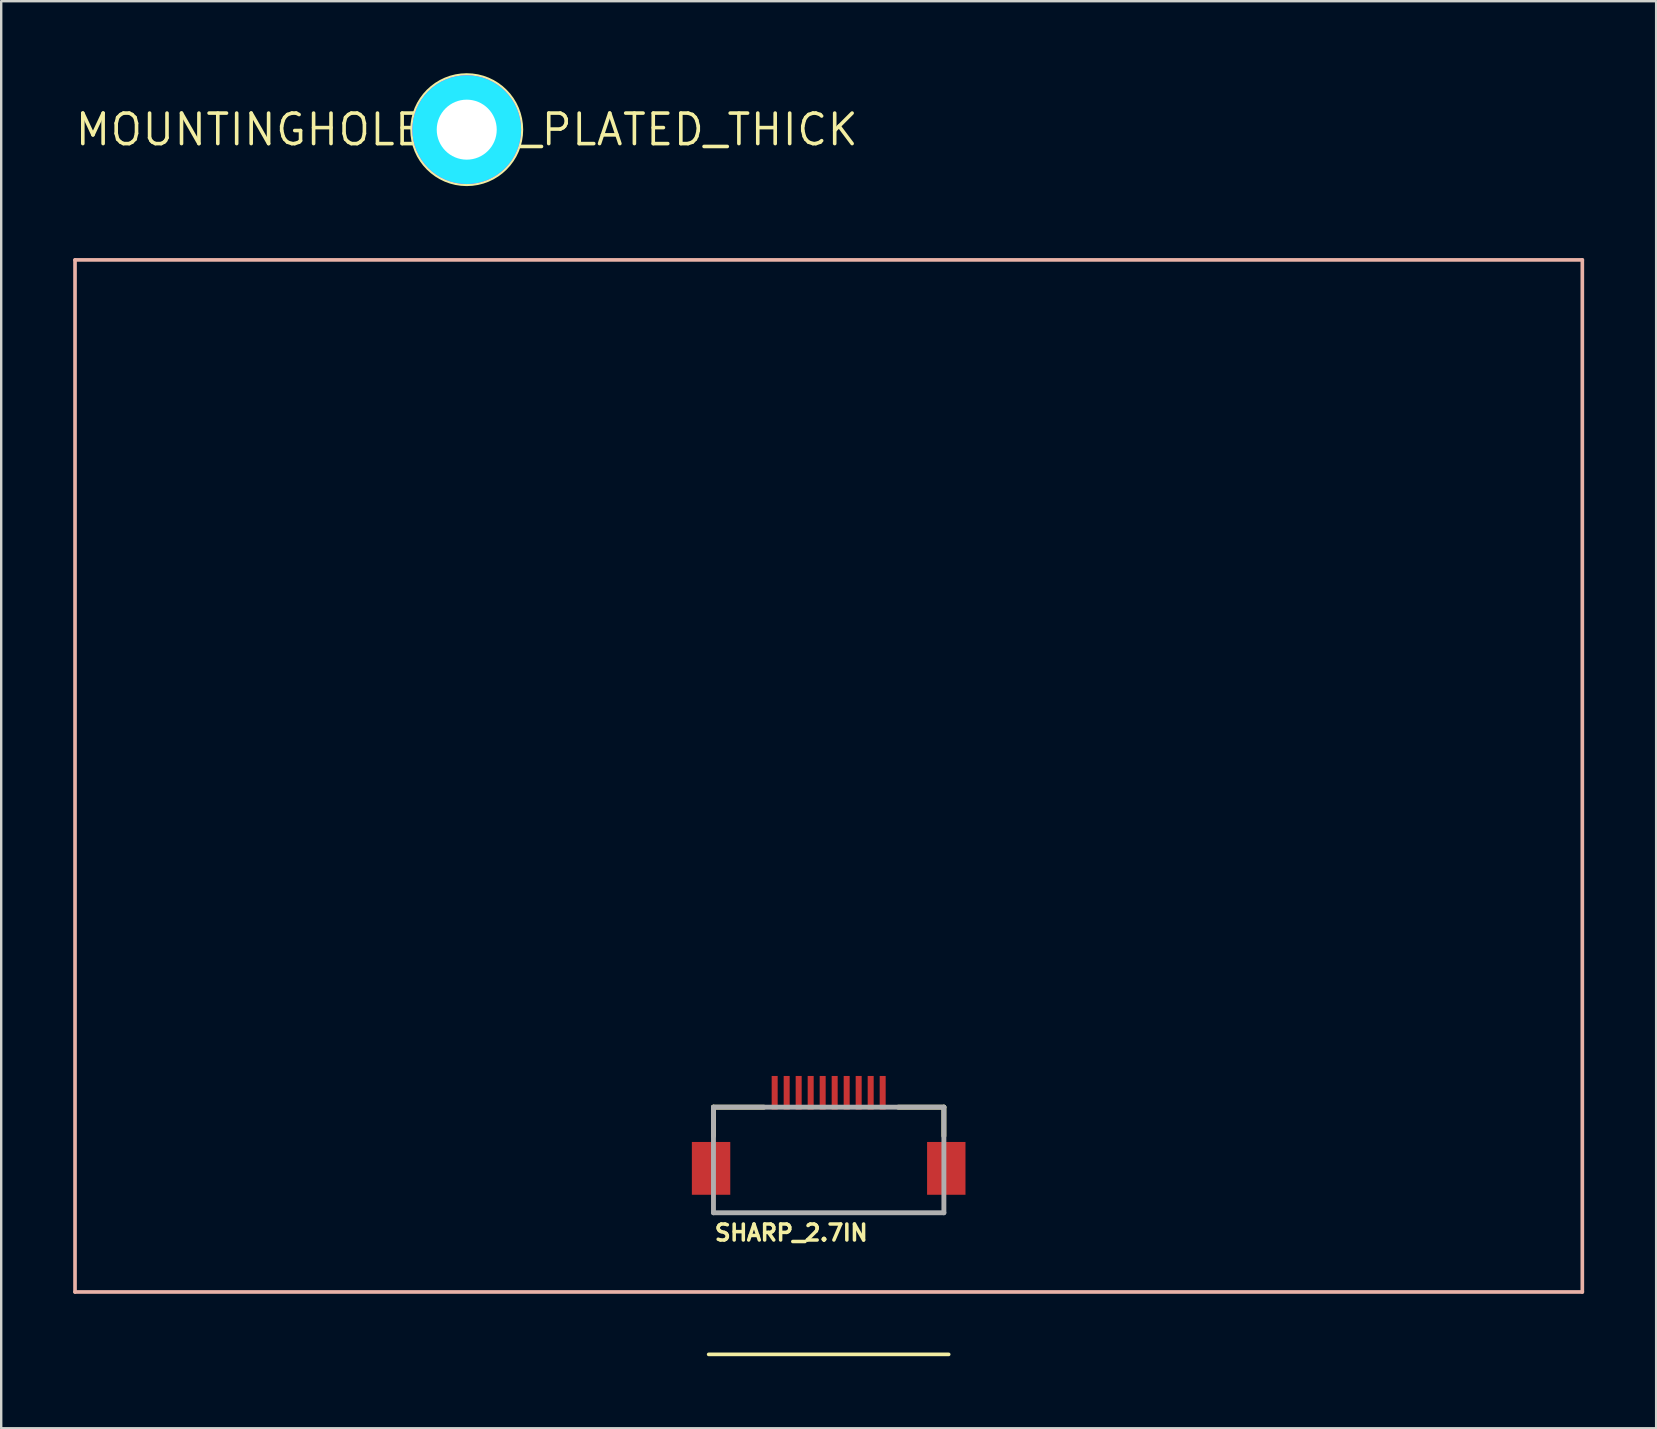
<source format=kicad_pcb>
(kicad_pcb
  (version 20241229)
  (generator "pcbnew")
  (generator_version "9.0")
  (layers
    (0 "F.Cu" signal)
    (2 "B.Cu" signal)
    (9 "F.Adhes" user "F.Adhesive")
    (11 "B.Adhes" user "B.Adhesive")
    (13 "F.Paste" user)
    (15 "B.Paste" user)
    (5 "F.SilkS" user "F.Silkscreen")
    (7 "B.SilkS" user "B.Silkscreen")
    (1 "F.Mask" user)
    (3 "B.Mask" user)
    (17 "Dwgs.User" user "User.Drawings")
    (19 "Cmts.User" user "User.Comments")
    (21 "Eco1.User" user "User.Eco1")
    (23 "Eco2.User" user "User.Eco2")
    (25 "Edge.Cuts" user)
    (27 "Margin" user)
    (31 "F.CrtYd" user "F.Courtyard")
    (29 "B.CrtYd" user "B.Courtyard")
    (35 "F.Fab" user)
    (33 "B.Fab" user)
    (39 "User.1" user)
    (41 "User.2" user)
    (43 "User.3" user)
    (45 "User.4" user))
  (footprint "SHARP_2.7IN"
    (layer "F.Cu")
    (at 31.476 45.379)
    (property "Reference" "SHARP_2.7IN" (at -4.826 3.323 0) (unlocked yes) (layer "F.SilkS") (effects (font (size 0.666 0.666) (thickness 0.146)) (justify left bottom)))
    (fp_line (start -5 8) (end 5 8) (stroke (width 0.152) (type solid)) (layer "F.SilkS"))
    (fp_line (start -4.8 -2.3) (end -4.8 -1.1) (stroke (width 0.203) (type solid)) (layer "F.SilkS"))
    (fp_line (start -2.7 -2.3) (end -4.8 -2.3) (stroke (width 0.203) (type solid)) (layer "F.SilkS"))
    (fp_line (start 2.9 -2.3) (end 4.8 -2.3) (stroke (width 0.203) (type solid)) (layer "F.SilkS"))
    (fp_line (start 4.8 -2.3) (end 4.8 -1.1) (stroke (width 0.203) (type solid)) (layer "F.SilkS"))
    (fp_line (start -31.4 -37.6) (end 31.4 -37.6) (stroke (width 0.152) (type solid)) (layer "B.SilkS"))
    (fp_line (start -31.4 5.4) (end -31.4 -37.6) (stroke (width 0.152) (type solid)) (layer "B.SilkS"))
    (fp_line (start 31.4 -37.6) (end 31.4 5.4) (stroke (width 0.152) (type solid)) (layer "B.SilkS"))
    (fp_line (start 31.4 5.4) (end -31.4 5.4) (stroke (width 0.152) (type solid)) (layer "B.SilkS"))
    (fp_line (start -4.8 -2.3) (end -4.8 2.1) (stroke (width 0.203) (type solid)) (layer "F.Fab"))
    (fp_line (start -4.8 -2.3) (end 4.8 -2.3) (stroke (width 0.203) (type solid)) (layer "F.Fab"))
    (fp_line (start -4.8 2.1) (end 4.8 2.1) (stroke (width 0.203) (type solid)) (layer "F.Fab"))
    (fp_line (start 4.8 -2.3) (end 4.8 2.1) (stroke (width 0.203) (type solid)) (layer "F.Fab"))
    (pad "P$1" smd rect (at -2.25 -2.9) (size 0.25 1.4) (layers "F.Cu" "F.Mask" "F.Paste"))
    (pad "P$2" smd rect (at -1.75 -2.9) (size 0.25 1.4) (layers "F.Cu" "F.Mask" "F.Paste"))
    (pad "P$3" smd rect (at -1.25 -2.9) (size 0.25 1.4) (layers "F.Cu" "F.Mask" "F.Paste"))
    (pad "P$4" smd rect (at -0.75 -2.9) (size 0.25 1.4) (layers "F.Cu" "F.Mask" "F.Paste"))
    (pad "P$5" smd rect (at -0.25 -2.9) (size 0.25 1.4) (layers "F.Cu" "F.Mask" "F.Paste"))
    (pad "P$6" smd rect (at 0.25 -2.9) (size 0.25 1.4) (layers "F.Cu" "F.Mask" "F.Paste"))
    (pad "P$7" smd rect (at 0.75 -2.9) (size 0.25 1.4) (layers "F.Cu" "F.Mask" "F.Paste"))
    (pad "P$8" smd rect (at 1.25 -2.9) (size 0.25 1.4) (layers "F.Cu" "F.Mask" "F.Paste"))
    (pad "P$9" smd rect (at 1.75 -2.9) (size 0.25 1.4) (layers "F.Cu" "F.Mask" "F.Paste"))
    (pad "P$10" smd rect (at 2.25 -2.9) (size 0.25 1.4) (layers "F.Cu" "F.Mask" "F.Paste"))
    (pad "SUPPORT1" smd rect (at -4.9 0.25) (size 1.6 2.2) (layers "F.Cu" "F.Mask" "F.Paste"))
    (pad "SUPPORT2" smd rect (at 4.9 0.25) (size 1.6 2.2) (layers "F.Cu" "F.Mask" "F.Paste")))
  (footprint "MOUNTINGHOLE_2.5_PLATED_THICK"
    (layer "F.Cu")
    (at 16.396 2.352)
    (property "Reference" "MOUNTINGHOLE_2.5_PLATED_THICK" (at 0 0 0) (layer "F.SilkS") (effects (font (size 1.27 1.27) (thickness 0.15))))
    (fp_circle (center 0 0) (end 2.25 0) (stroke (width 0.203) (type solid)) (fill no) (layer "F.SilkS"))
    (fp_circle (center 0 0) (end 1.25 0) (stroke (width 2.032) (type solid)) (fill no) (layer "B.CrtYd"))
    (fp_circle (center 0 0) (end 1.25 0) (stroke (width 2.032) (type solid)) (fill no) (layer "F.CrtYd"))
    (pad "P$1" thru_hole circle (at 0 0) (size 4 4) (drill 2.5) (layers "*.Cu" "*.Mask"))
    (zone (net_name "") (layer "F.Cu") (hatch edge 0.5) (connect_pads) (min_thickness 0.25) (filled_areas_thickness no) (keepout (tracks not_allowed) (vias not_allowed) (pads not_allowed) (copperpour not_allowed) (footprints allowed)) (placement (enabled no)) (fill) (polygon (pts (xy 18.662 2.352) (xy 18.642 2.05) (xy 18.582 1.753) (xy 18.483 1.467) (xy 18.346 1.197) (xy 18.175 0.947) (xy 17.972 0.723) (xy 17.74 0.527) (xy 17.485 0.364) (xy 17.211 0.237) (xy 16.922 0.147) (xy 16.623 0.097) (xy 16.321 0.087) (xy 16.019 0.117) (xy 15.725 0.187) (xy 15.442 0.296) (xy 15.177 0.442) (xy 14.933 0.621) (xy 14.716 0.832) (xy 14.528 1.069) (xy 14.374 1.33) (xy 14.256 1.608) (xy 14.176 1.9) (xy 14.135 2.2) (xy 14.135 2.503) (xy 14.176 2.803) (xy 14.256 3.095) (xy 14.374 3.374) (xy 14.528 3.634) (xy 14.716 3.872) (xy 14.933 4.082) (xy 15.177 4.262) (xy 15.442 4.407) (xy 15.725 4.516) (xy 16.019 4.586) (xy 16.321 4.616) (xy 16.623 4.606) (xy 16.922 4.556) (xy 17.211 4.466) (xy 17.485 4.339) (xy 17.74 4.176) (xy 17.972 3.98) (xy 18.175 3.756) (xy 18.346 3.506) (xy 18.483 3.236) (xy 18.582 2.95) (xy 18.642 2.654))) (polygon (pts (xy 16.63 2.352) (xy 16.61 2.256) (xy 16.553 2.178) (xy 16.469 2.129) (xy 16.372 2.119) (xy 16.279 2.149) (xy 16.207 2.214) (xy 16.167 2.303) (xy 16.167 2.4) (xy 16.207 2.489) (xy 16.279 2.554) (xy 16.372 2.584) (xy 16.469 2.574) (xy 16.553 2.525) (xy 16.61 2.447))))
    (zone (net_name "") (layer "B.Cu") (hatch edge 0.5) (connect_pads) (min_thickness 0.25) (filled_areas_thickness no) (keepout (tracks not_allowed) (vias not_allowed) (pads not_allowed) (copperpour not_allowed) (footprints allowed)) (placement (enabled no)) (fill) (polygon (pts (xy 18.662 2.352) (xy 18.642 2.05) (xy 18.582 1.753) (xy 18.483 1.467) (xy 18.346 1.197) (xy 18.175 0.947) (xy 17.972 0.723) (xy 17.74 0.527) (xy 17.485 0.364) (xy 17.211 0.237) (xy 16.922 0.147) (xy 16.623 0.097) (xy 16.321 0.087) (xy 16.019 0.117) (xy 15.725 0.187) (xy 15.442 0.296) (xy 15.177 0.442) (xy 14.933 0.621) (xy 14.716 0.832) (xy 14.528 1.069) (xy 14.374 1.33) (xy 14.256 1.608) (xy 14.176 1.9) (xy 14.135 2.2) (xy 14.135 2.503) (xy 14.176 2.803) (xy 14.256 3.095) (xy 14.374 3.374) (xy 14.528 3.634) (xy 14.716 3.872) (xy 14.933 4.082) (xy 15.177 4.262) (xy 15.442 4.407) (xy 15.725 4.516) (xy 16.019 4.586) (xy 16.321 4.616) (xy 16.623 4.606) (xy 16.922 4.556) (xy 17.211 4.466) (xy 17.485 4.339) (xy 17.74 4.176) (xy 17.972 3.98) (xy 18.175 3.756) (xy 18.346 3.506) (xy 18.483 3.236) (xy 18.582 2.95) (xy 18.642 2.654))) (polygon (pts (xy 16.63 2.352) (xy 16.61 2.256) (xy 16.553 2.178) (xy 16.469 2.129) (xy 16.372 2.119) (xy 16.279 2.149) (xy 16.207 2.214) (xy 16.167 2.303) (xy 16.167 2.4) (xy 16.207 2.489) (xy 16.279 2.554) (xy 16.372 2.584) (xy 16.469 2.574) (xy 16.553 2.525) (xy 16.61 2.447)))))
  (gr_rect
    (start -3 -3)
    (end 65.952 56.456)
    (stroke (width 0.1) (type default))
    (fill no)
    (layer "Edge.Cuts")))
</source>
